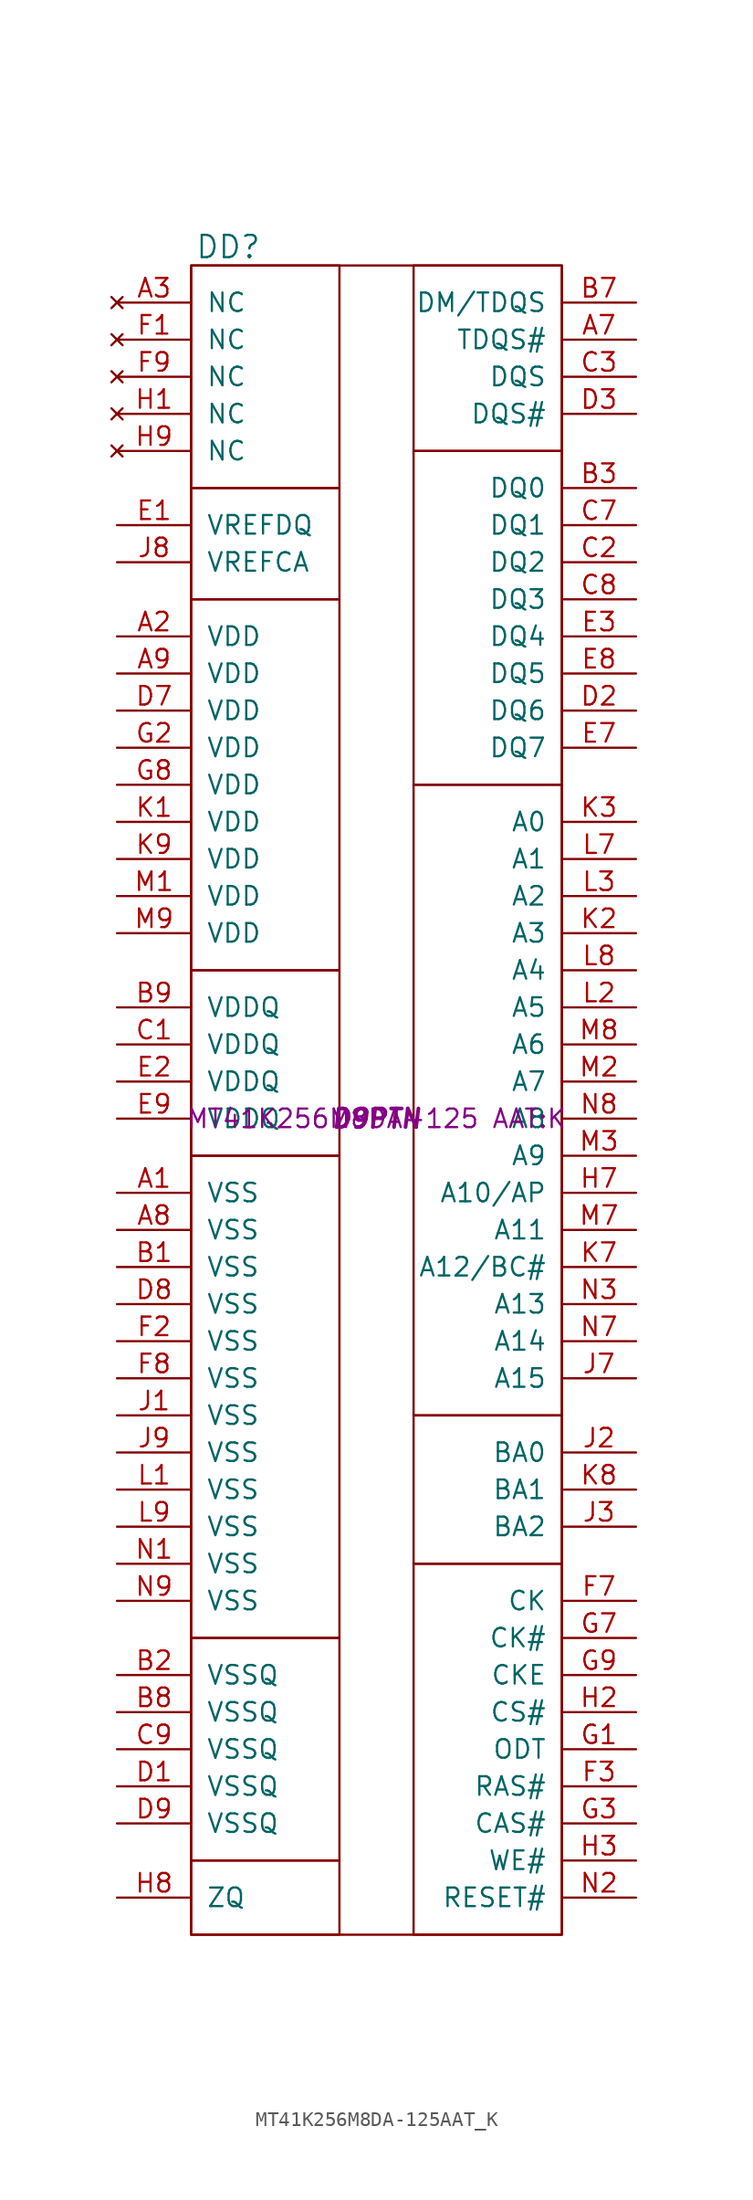
<source format=kicad_sym>
(kicad_symbol_lib
  (version 20211014)
  (generator kicad_symbol_editor)
  (symbol "MT41K256M8DA-125AAT_K"
    (pin_names
      (offset 1.016))
    (property "Reference" "DD"
      (at -10.16 59.69 0)
      (effects (font (size 1.524 1.524))))
    (property "p/n" "MT41K256M8DA-125 AAT:K"
      (at 0 0 0)
      (effects (font (size 1.27 1.27))))
    (property "Mark" "D9PTN"
      (at 0 0 0)
      (effects (font (size 1.27 1.27) bold italic)))
    (symbol "MT41K256M8DA-125AAT_K_0_1"
      (rectangle (start -12.7 -50.8) (end -2.54 -55.88) (stroke (width 0) (type default) (color 0 0 0 0)) (fill (type none)))
      (rectangle (start -12.7 -35.56) (end -2.54 -50.8) (stroke (width 0) (type default) (color 0 0 0 0)) (fill (type none)))
      (rectangle (start -12.7 -2.54) (end -2.54 -35.56) (stroke (width 0) (type default) (color 0 0 0 0)) (fill (type none)))
      (rectangle (start -12.7 10.16) (end -2.54 -2.54) (stroke (width 0) (type default) (color 0 0 0 0)) (fill (type none)))
      (rectangle (start -12.7 35.56) (end -2.54 10.16) (stroke (width 0) (type default) (color 0 0 0 0)) (fill (type none)))
      (rectangle (start -12.7 43.18) (end -2.54 35.56) (stroke (width 0) (type default) (color 0 0 0 0)) (fill (type none)))
      (rectangle (start -12.7 58.42) (end -2.54 43.18) (stroke (width 0) (type default) (color 0 0 0 0)) (fill (type none)))
      (rectangle (start -12.7 58.42) (end 12.7 -55.88) (stroke (width 0) (type default) (color 0 0 0 0)) (fill (type none)))
      (rectangle (start 2.54 -30.48) (end 12.7 -55.88) (stroke (width 0) (type default) (color 0 0 0 0)) (fill (type none)))
      (rectangle (start 2.54 -20.32) (end 12.7 -30.48) (stroke (width 0) (type default) (color 0 0 0 0)) (fill (type none)))
      (rectangle (start 2.54 22.86) (end 12.7 -20.32) (stroke (width 0) (type default) (color 0 0 0 0)) (fill (type none)))
      (rectangle (start 2.54 45.72) (end 12.7 22.86) (stroke (width 0) (type default) (color 0 0 0 0)) (fill (type none)))
      (rectangle (start 2.54 58.42) (end 12.7 45.72) (stroke (width 0) (type default) (color 0 0 0 0)) (fill (type none))))
    (symbol "MT41K256M8DA-125AAT_K_1_1"
      (pin passive line (at -17.78 -5.08 0) (length 5.08) (name "VSS" (effects (font (size 1.27 1.27)))) (number "A1" (effects (font (size 1.27 1.27)))))
      (pin passive line (at -17.78 33.02 0) (length 5.08) (name "VDD" (effects (font (size 1.27 1.27)))) (number "A2" (effects (font (size 1.27 1.27)))))
      (pin no_connect line (at -17.78 55.88 0) (length 5.08) (name "NC" (effects (font (size 1.27 1.27)))) (number "A3" (effects (font (size 1.27 1.27)))))
      (pin passive line (at 17.78 53.34 180) (length 5.08) (name "TDQS#" (effects (font (size 1.27 1.27)))) (number "A7" (effects (font (size 1.27 1.27)))))
      (pin passive line (at -17.78 -7.62 0) (length 5.08) (name "VSS" (effects (font (size 1.27 1.27)))) (number "A8" (effects (font (size 1.27 1.27)))))
      (pin passive line (at -17.78 30.48 0) (length 5.08) (name "VDD" (effects (font (size 1.27 1.27)))) (number "A9" (effects (font (size 1.27 1.27)))))
      (pin passive line (at -17.78 -10.16 0) (length 5.08) (name "VSS" (effects (font (size 1.27 1.27)))) (number "B1" (effects (font (size 1.27 1.27)))))
      (pin passive line (at -17.78 -38.1 0) (length 5.08) (name "VSSQ" (effects (font (size 1.27 1.27)))) (number "B2" (effects (font (size 1.27 1.27)))))
      (pin passive line (at 17.78 43.18 180) (length 5.08) (name "DQ0" (effects (font (size 1.27 1.27)))) (number "B3" (effects (font (size 1.27 1.27)))))
      (pin passive line (at 17.78 55.88 180) (length 5.08) (name "DM/TDQS" (effects (font (size 1.27 1.27)))) (number "B7" (effects (font (size 1.27 1.27)))))
      (pin passive line (at -17.78 -40.64 0) (length 5.08) (name "VSSQ" (effects (font (size 1.27 1.27)))) (number "B8" (effects (font (size 1.27 1.27)))))
      (pin passive line (at -17.78 7.62 0) (length 5.08) (name "VDDQ" (effects (font (size 1.27 1.27)))) (number "B9" (effects (font (size 1.27 1.27)))))
      (pin passive line (at -17.78 5.08 0) (length 5.08) (name "VDDQ" (effects (font (size 1.27 1.27)))) (number "C1" (effects (font (size 1.27 1.27)))))
      (pin passive line (at 17.78 38.1 180) (length 5.08) (name "DQ2" (effects (font (size 1.27 1.27)))) (number "C2" (effects (font (size 1.27 1.27)))))
      (pin passive line (at 17.78 50.8 180) (length 5.08) (name "DQS" (effects (font (size 1.27 1.27)))) (number "C3" (effects (font (size 1.27 1.27)))))
      (pin passive line (at 17.78 40.64 180) (length 5.08) (name "DQ1" (effects (font (size 1.27 1.27)))) (number "C7" (effects (font (size 1.27 1.27)))))
      (pin passive line (at 17.78 35.56 180) (length 5.08) (name "DQ3" (effects (font (size 1.27 1.27)))) (number "C8" (effects (font (size 1.27 1.27)))))
      (pin passive line (at -17.78 -43.18 0) (length 5.08) (name "VSSQ" (effects (font (size 1.27 1.27)))) (number "C9" (effects (font (size 1.27 1.27)))))
      (pin passive line (at -17.78 -45.72 0) (length 5.08) (name "VSSQ" (effects (font (size 1.27 1.27)))) (number "D1" (effects (font (size 1.27 1.27)))))
      (pin passive line (at 17.78 27.94 180) (length 5.08) (name "DQ6" (effects (font (size 1.27 1.27)))) (number "D2" (effects (font (size 1.27 1.27)))))
      (pin passive line (at 17.78 48.26 180) (length 5.08) (name "DQS#" (effects (font (size 1.27 1.27)))) (number "D3" (effects (font (size 1.27 1.27)))))
      (pin passive line (at -17.78 27.94 0) (length 5.08) (name "VDD" (effects (font (size 1.27 1.27)))) (number "D7" (effects (font (size 1.27 1.27)))))
      (pin passive line (at -17.78 -12.7 0) (length 5.08) (name "VSS" (effects (font (size 1.27 1.27)))) (number "D8" (effects (font (size 1.27 1.27)))))
      (pin passive line (at -17.78 -48.26 0) (length 5.08) (name "VSSQ" (effects (font (size 1.27 1.27)))) (number "D9" (effects (font (size 1.27 1.27)))))
      (pin passive line (at -17.78 40.64 0) (length 5.08) (name "VREFDQ" (effects (font (size 1.27 1.27)))) (number "E1" (effects (font (size 1.27 1.27)))))
      (pin passive line (at -17.78 2.54 0) (length 5.08) (name "VDDQ" (effects (font (size 1.27 1.27)))) (number "E2" (effects (font (size 1.27 1.27)))))
      (pin passive line (at 17.78 33.02 180) (length 5.08) (name "DQ4" (effects (font (size 1.27 1.27)))) (number "E3" (effects (font (size 1.27 1.27)))))
      (pin passive line (at 17.78 25.4 180) (length 5.08) (name "DQ7" (effects (font (size 1.27 1.27)))) (number "E7" (effects (font (size 1.27 1.27)))))
      (pin passive line (at 17.78 30.48 180) (length 5.08) (name "DQ5" (effects (font (size 1.27 1.27)))) (number "E8" (effects (font (size 1.27 1.27)))))
      (pin passive line (at -17.78 0 0) (length 5.08) (name "VDDQ" (effects (font (size 1.27 1.27)))) (number "E9" (effects (font (size 1.27 1.27)))))
      (pin no_connect line (at -17.78 53.34 0) (length 5.08) (name "NC" (effects (font (size 1.27 1.27)))) (number "F1" (effects (font (size 1.27 1.27)))))
      (pin passive line (at -17.78 -15.24 0) (length 5.08) (name "VSS" (effects (font (size 1.27 1.27)))) (number "F2" (effects (font (size 1.27 1.27)))))
      (pin passive line (at 17.78 -45.72 180) (length 5.08) (name "RAS#" (effects (font (size 1.27 1.27)))) (number "F3" (effects (font (size 1.27 1.27)))))
      (pin passive line (at 17.78 -33.02 180) (length 5.08) (name "CK" (effects (font (size 1.27 1.27)))) (number "F7" (effects (font (size 1.27 1.27)))))
      (pin passive line (at -17.78 -17.78 0) (length 5.08) (name "VSS" (effects (font (size 1.27 1.27)))) (number "F8" (effects (font (size 1.27 1.27)))))
      (pin no_connect line (at -17.78 50.8 0) (length 5.08) (name "NC" (effects (font (size 1.27 1.27)))) (number "F9" (effects (font (size 1.27 1.27)))))
      (pin passive line (at 17.78 -43.18 180) (length 5.08) (name "ODT" (effects (font (size 1.27 1.27)))) (number "G1" (effects (font (size 1.27 1.27)))))
      (pin passive line (at -17.78 25.4 0) (length 5.08) (name "VDD" (effects (font (size 1.27 1.27)))) (number "G2" (effects (font (size 1.27 1.27)))))
      (pin passive line (at 17.78 -48.26 180) (length 5.08) (name "CAS#" (effects (font (size 1.27 1.27)))) (number "G3" (effects (font (size 1.27 1.27)))))
      (pin passive line (at 17.78 -35.56 180) (length 5.08) (name "CK#" (effects (font (size 1.27 1.27)))) (number "G7" (effects (font (size 1.27 1.27)))))
      (pin passive line (at -17.78 22.86 0) (length 5.08) (name "VDD" (effects (font (size 1.27 1.27)))) (number "G8" (effects (font (size 1.27 1.27)))))
      (pin passive line (at 17.78 -38.1 180) (length 5.08) (name "CKE" (effects (font (size 1.27 1.27)))) (number "G9" (effects (font (size 1.27 1.27)))))
      (pin no_connect line (at -17.78 48.26 0) (length 5.08) (name "NC" (effects (font (size 1.27 1.27)))) (number "H1" (effects (font (size 1.27 1.27)))))
      (pin passive line (at 17.78 -40.64 180) (length 5.08) (name "CS#" (effects (font (size 1.27 1.27)))) (number "H2" (effects (font (size 1.27 1.27)))))
      (pin passive line (at 17.78 -50.8 180) (length 5.08) (name "WE#" (effects (font (size 1.27 1.27)))) (number "H3" (effects (font (size 1.27 1.27)))))
      (pin passive line (at 17.78 -5.08 180) (length 5.08) (name "A10/AP" (effects (font (size 1.27 1.27)))) (number "H7" (effects (font (size 1.27 1.27)))))
      (pin passive line (at -17.78 -53.34 0) (length 5.08) (name "ZQ" (effects (font (size 1.27 1.27)))) (number "H8" (effects (font (size 1.27 1.27)))))
      (pin no_connect line (at -17.78 45.72 0) (length 5.08) (name "NC" (effects (font (size 1.27 1.27)))) (number "H9" (effects (font (size 1.27 1.27)))))
      (pin passive line (at -17.78 -20.32 0) (length 5.08) (name "VSS" (effects (font (size 1.27 1.27)))) (number "J1" (effects (font (size 1.27 1.27)))))
      (pin passive line (at 17.78 -22.86 180) (length 5.08) (name "BA0" (effects (font (size 1.27 1.27)))) (number "J2" (effects (font (size 1.27 1.27)))))
      (pin passive line (at 17.78 -27.94 180) (length 5.08) (name "BA2" (effects (font (size 1.27 1.27)))) (number "J3" (effects (font (size 1.27 1.27)))))
      (pin passive line (at 17.78 -17.78 180) (length 5.08) (name "A15" (effects (font (size 1.27 1.27)))) (number "J7" (effects (font (size 1.27 1.27)))))
      (pin passive line (at -17.78 38.1 0) (length 5.08) (name "VREFCA" (effects (font (size 1.27 1.27)))) (number "J8" (effects (font (size 1.27 1.27)))))
      (pin passive line (at -17.78 -22.86 0) (length 5.08) (name "VSS" (effects (font (size 1.27 1.27)))) (number "J9" (effects (font (size 1.27 1.27)))))
      (pin passive line (at -17.78 20.32 0) (length 5.08) (name "VDD" (effects (font (size 1.27 1.27)))) (number "K1" (effects (font (size 1.27 1.27)))))
      (pin passive line (at 17.78 12.7 180) (length 5.08) (name "A3" (effects (font (size 1.27 1.27)))) (number "K2" (effects (font (size 1.27 1.27)))))
      (pin passive line (at 17.78 20.32 180) (length 5.08) (name "A0" (effects (font (size 1.27 1.27)))) (number "K3" (effects (font (size 1.27 1.27)))))
      (pin passive line (at 17.78 -10.16 180) (length 5.08) (name "A12/BC#" (effects (font (size 1.27 1.27)))) (number "K7" (effects (font (size 1.27 1.27)))))
      (pin passive line (at 17.78 -25.4 180) (length 5.08) (name "BA1" (effects (font (size 1.27 1.27)))) (number "K8" (effects (font (size 1.27 1.27)))))
      (pin passive line (at -17.78 17.78 0) (length 5.08) (name "VDD" (effects (font (size 1.27 1.27)))) (number "K9" (effects (font (size 1.27 1.27)))))
      (pin passive line (at -17.78 -25.4 0) (length 5.08) (name "VSS" (effects (font (size 1.27 1.27)))) (number "L1" (effects (font (size 1.27 1.27)))))
      (pin passive line (at 17.78 7.62 180) (length 5.08) (name "A5" (effects (font (size 1.27 1.27)))) (number "L2" (effects (font (size 1.27 1.27)))))
      (pin passive line (at 17.78 15.24 180) (length 5.08) (name "A2" (effects (font (size 1.27 1.27)))) (number "L3" (effects (font (size 1.27 1.27)))))
      (pin passive line (at 17.78 17.78 180) (length 5.08) (name "A1" (effects (font (size 1.27 1.27)))) (number "L7" (effects (font (size 1.27 1.27)))))
      (pin passive line (at 17.78 10.16 180) (length 5.08) (name "A4" (effects (font (size 1.27 1.27)))) (number "L8" (effects (font (size 1.27 1.27)))))
      (pin passive line (at -17.78 -27.94 0) (length 5.08) (name "VSS" (effects (font (size 1.27 1.27)))) (number "L9" (effects (font (size 1.27 1.27)))))
      (pin passive line (at -17.78 15.24 0) (length 5.08) (name "VDD" (effects (font (size 1.27 1.27)))) (number "M1" (effects (font (size 1.27 1.27)))))
      (pin passive line (at 17.78 2.54 180) (length 5.08) (name "A7" (effects (font (size 1.27 1.27)))) (number "M2" (effects (font (size 1.27 1.27)))))
      (pin passive line (at 17.78 -2.54 180) (length 5.08) (name "A9" (effects (font (size 1.27 1.27)))) (number "M3" (effects (font (size 1.27 1.27)))))
      (pin passive line (at 17.78 -7.62 180) (length 5.08) (name "A11" (effects (font (size 1.27 1.27)))) (number "M7" (effects (font (size 1.27 1.27)))))
      (pin passive line (at 17.78 5.08 180) (length 5.08) (name "A6" (effects (font (size 1.27 1.27)))) (number "M8" (effects (font (size 1.27 1.27)))))
      (pin passive line (at -17.78 12.7 0) (length 5.08) (name "VDD" (effects (font (size 1.27 1.27)))) (number "M9" (effects (font (size 1.27 1.27)))))
      (pin passive line (at -17.78 -30.48 0) (length 5.08) (name "VSS" (effects (font (size 1.27 1.27)))) (number "N1" (effects (font (size 1.27 1.27)))))
      (pin passive line (at 17.78 -53.34 180) (length 5.08) (name "RESET#" (effects (font (size 1.27 1.27)))) (number "N2" (effects (font (size 1.27 1.27)))))
      (pin passive line (at 17.78 -12.7 180) (length 5.08) (name "A13" (effects (font (size 1.27 1.27)))) (number "N3" (effects (font (size 1.27 1.27)))))
      (pin passive line (at 17.78 -15.24 180) (length 5.08) (name "A14" (effects (font (size 1.27 1.27)))) (number "N7" (effects (font (size 1.27 1.27)))))
      (pin passive line (at 17.78 0 180) (length 5.08) (name "A8" (effects (font (size 1.27 1.27)))) (number "N8" (effects (font (size 1.27 1.27)))))
      (pin passive line (at -17.78 -33.02 0) (length 5.08) (name "VSS" (effects (font (size 1.27 1.27)))) (number "N9" (effects (font (size 1.27 1.27))))))))
</source>
